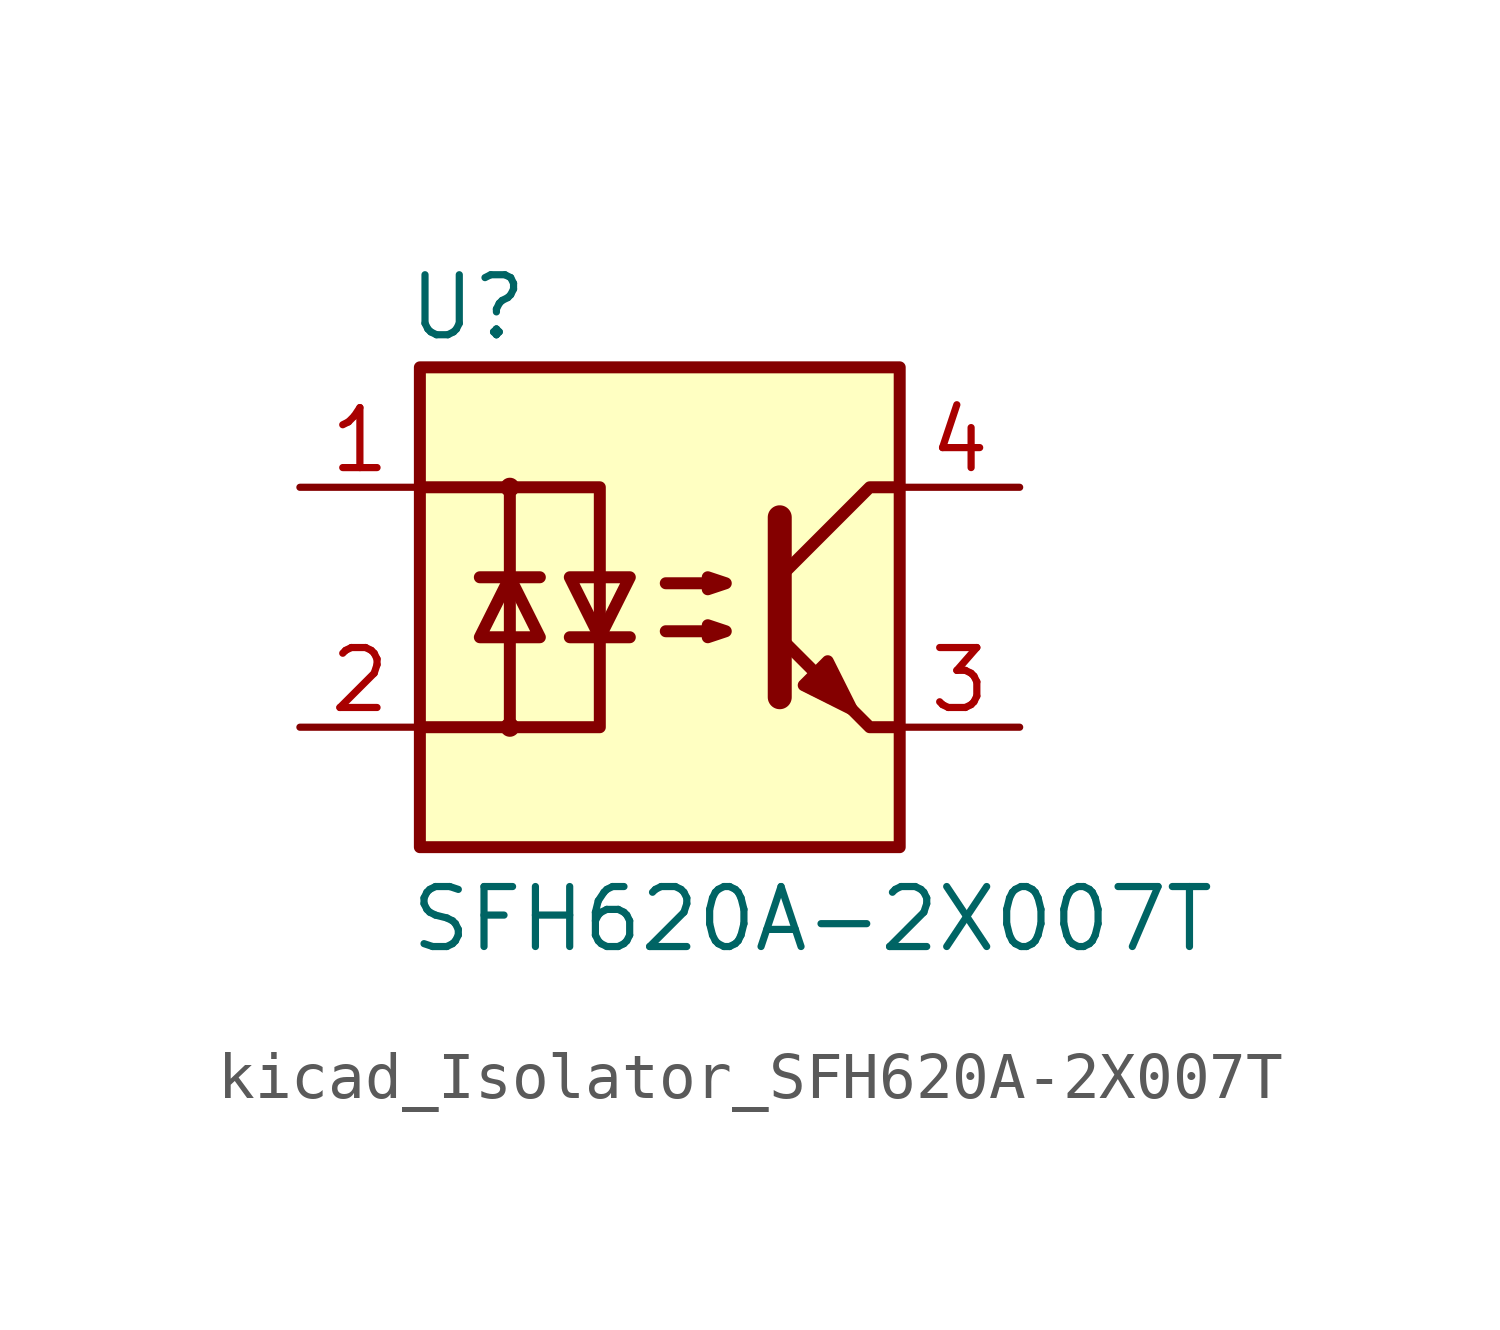
<source format=kicad_sym>
(kicad_symbol_lib
  (version 20220914)
  (generator kicad_symbol_editor)
  (symbol "kicad_Isolator_SFH620A-2X007T"
    (pin_names
      (offset 1.016))
    (property "Reference" "U"
      (at -4.064 6.35 0)
      (effects (font (size 1.27 1.27))))
    (property "Value" "SFH620A-2X007T"
      (at -5.334 -6.604 0)
      (effects (font (size 1.27 1.27)) (justify left)))
    (symbol "kicad_Isolator_SFH620A-2X007T_1_1"
      (rectangle (start -5.08 5.08) (end 5.08 -5.08) (stroke (width 0.254) (type default)) (fill (type background)))
      (circle (center -3.175 -2.54) (radius 0.127) (stroke (width 0) (type default)) (fill (type none)))
      (circle (center -3.175 2.54) (radius 0.127) (stroke (width 0) (type default)) (fill (type none)))
      (polyline (pts (xy -3.81 0.635) (xy -2.54 0.635)) (stroke (width 0.254) (type default)) (fill (type none)))
      (polyline (pts (xy -1.905 -0.635) (xy -0.635 -0.635)) (stroke (width 0.254) (type default)) (fill (type none)))
      (polyline (pts (xy 2.54 1.905) (xy 2.54 -1.905) (xy 2.54 -1.905)) (stroke (width 0.508) (type default)) (fill (type none)))
      (polyline (pts (xy 5.08 -2.54) (xy 4.445 -2.54) (xy 2.54 -0.635)) (stroke (width 0.254) (type default)) (fill (type none)))
      (polyline (pts (xy 5.08 2.54) (xy 4.445 2.54) (xy 2.54 0.635)) (stroke (width 0.254) (type default)) (fill (type none)))
      (polyline (pts (xy -5.08 2.54) (xy -3.175 2.54) (xy -3.175 -2.54) (xy -5.08 -2.54)) (stroke (width 0.254) (type default)) (fill (type none)))
      (polyline (pts (xy -3.175 -2.54) (xy -1.27 -2.54) (xy -1.27 2.54) (xy -3.175 2.54)) (stroke (width 0.254) (type default)) (fill (type none)))
      (polyline (pts (xy -3.175 0.635) (xy -3.81 -0.635) (xy -2.54 -0.635) (xy -3.175 0.635)) (stroke (width 0.254) (type default)) (fill (type none)))
      (polyline (pts (xy -1.27 -0.635) (xy -1.905 0.635) (xy -0.635 0.635) (xy -1.27 -0.635)) (stroke (width 0.254) (type default)) (fill (type none)))
      (polyline (pts (xy 0.127 -0.508) (xy 1.397 -0.508) (xy 1.016 -0.635) (xy 1.016 -0.381) (xy 1.397 -0.508)) (stroke (width 0.254) (type default)) (fill (type none)))
      (polyline (pts (xy 0.127 0.508) (xy 1.397 0.508) (xy 1.016 0.381) (xy 1.016 0.635) (xy 1.397 0.508)) (stroke (width 0.254) (type default)) (fill (type none)))
      (polyline (pts (xy 3.048 -1.651) (xy 3.556 -1.143) (xy 4.064 -2.159) (xy 3.048 -1.651) (xy 3.048 -1.651)) (stroke (width 0.254) (type default)) (fill (type outline)))
      (pin passive line (at -7.62 2.54 0) (length 2.54) (name "~" (effects (font (size 1.27 1.27)))) (number "1" (effects (font (size 1.27 1.27)))))
      (pin passive line (at -7.62 -2.54 0) (length 2.54) (name "~" (effects (font (size 1.27 1.27)))) (number "2" (effects (font (size 1.27 1.27)))))
      (pin passive line (at 7.62 -2.54 180) (length 2.54) (name "~" (effects (font (size 1.27 1.27)))) (number "3" (effects (font (size 1.27 1.27)))))
      (pin passive line (at 7.62 2.54 180) (length 2.54) (name "~" (effects (font (size 1.27 1.27)))) (number "4" (effects (font (size 1.27 1.27))))))))
</source>
